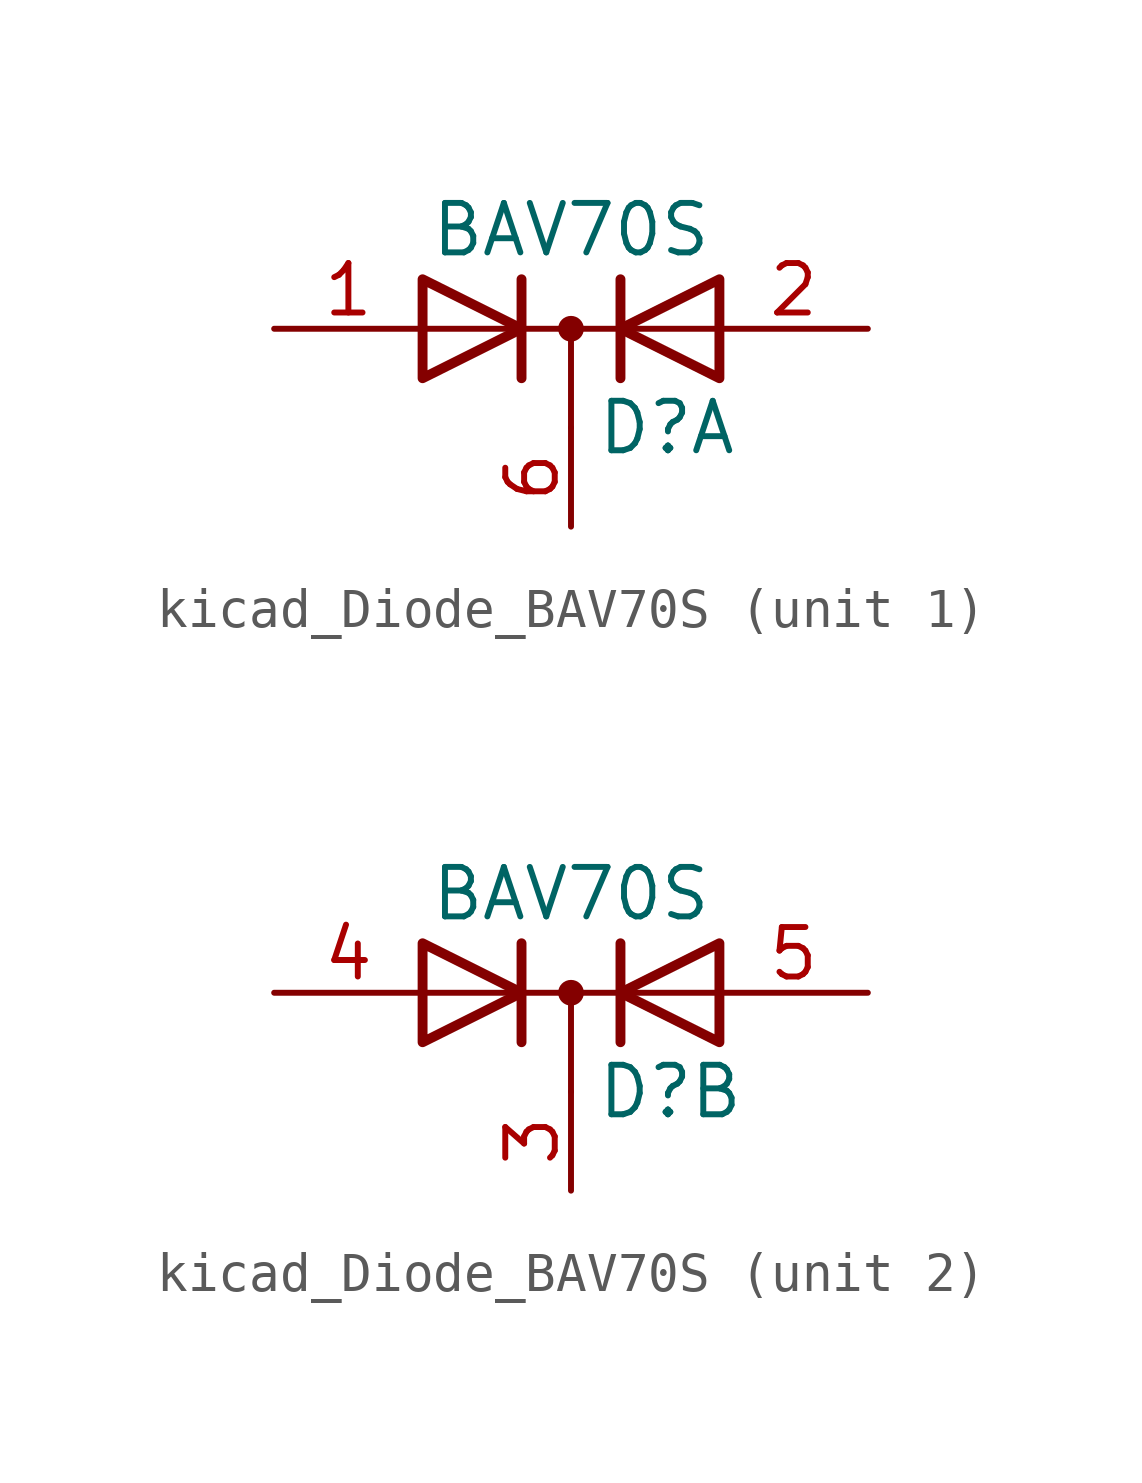
<source format=kicad_sym>
(kicad_symbol_lib
  (version 20220914)
  (generator kicad_symbol_editor)
  (symbol "kicad_Diode_BAV70S"
    (pin_names
      (offset 0.762) hide)
    (property "Reference" "D"
      (at 0.635 -2.54 0)
      (effects (font (size 1.27 1.27)) (justify left)))
    (property "Value" "BAV70S"
      (at 0 2.54 0)
      (effects (font (size 1.27 1.27))))
    (symbol "kicad_Diode_BAV70S_0_1"
      (polyline (pts (xy -3.81 0) (xy 3.81 0)) (stroke (width 0) (type default)) (fill (type none)))
      (polyline (pts (xy 0 0) (xy 0 -2.54)) (stroke (width 0) (type default)) (fill (type none)))
      (polyline (pts (xy -1.27 -1.27) (xy -1.27 1.27) (xy -1.27 1.27)) (stroke (width 0.254) (type default)) (fill (type none)))
      (polyline (pts (xy 1.27 -1.27) (xy 1.27 1.27) (xy 1.27 1.27)) (stroke (width 0.254) (type default)) (fill (type none)))
      (polyline (pts (xy -3.81 1.27) (xy -1.27 0) (xy -3.81 -1.27) (xy -3.81 1.27) (xy -3.81 1.27) (xy -3.81 1.27)) (stroke (width 0.254) (type default)) (fill (type none)))
      (polyline (pts (xy 3.81 -1.27) (xy 1.27 0) (xy 3.81 1.27) (xy 3.81 -1.27) (xy 3.81 -1.27) (xy 3.81 -1.27)) (stroke (width 0.254) (type default)) (fill (type none)))
      (circle (center 0 0) (radius 0.254) (stroke (width 0) (type default)) (fill (type outline))))
    (symbol "kicad_Diode_BAV70S_1_1"
      (pin passive line (at -7.62 0 0) (length 3.81) (name "A" (effects (font (size 1.27 1.27)))) (number "1" (effects (font (size 1.27 1.27)))))
      (pin passive line (at 7.62 0 180) (length 3.81) (name "A" (effects (font (size 1.27 1.27)))) (number "2" (effects (font (size 1.27 1.27)))))
      (pin passive line (at 0 -5.08 90) (length 2.54) (name "K" (effects (font (size 1.27 1.27)))) (number "6" (effects (font (size 1.27 1.27))))))
    (symbol "kicad_Diode_BAV70S_2_1"
      (pin passive line (at 0 -5.08 90) (length 2.54) (name "K" (effects (font (size 1.27 1.27)))) (number "3" (effects (font (size 1.27 1.27)))))
      (pin passive line (at -7.62 0 0) (length 3.81) (name "A" (effects (font (size 1.27 1.27)))) (number "4" (effects (font (size 1.27 1.27)))))
      (pin passive line (at 7.62 0 180) (length 3.81) (name "A" (effects (font (size 1.27 1.27)))) (number "5" (effects (font (size 1.27 1.27))))))))
</source>
